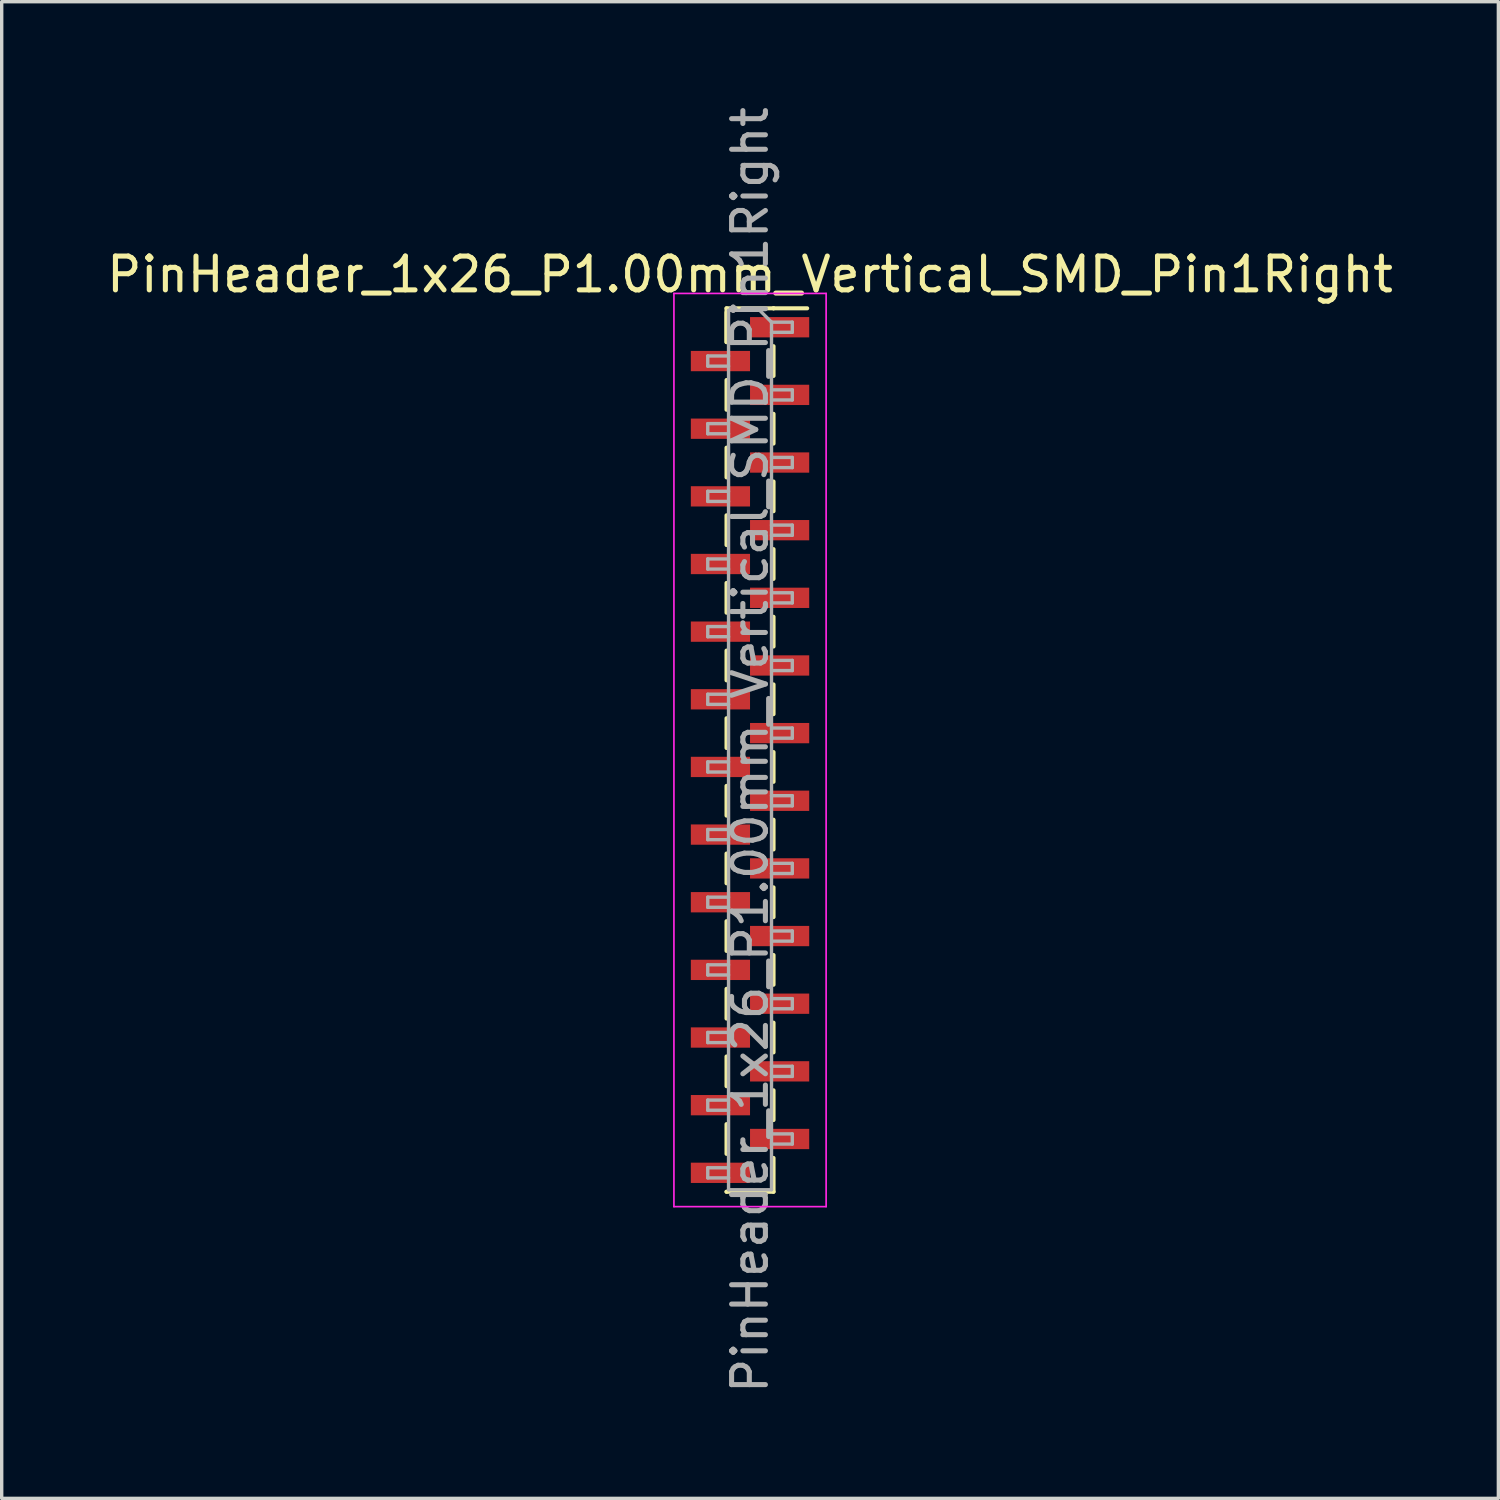
<source format=kicad_pcb>
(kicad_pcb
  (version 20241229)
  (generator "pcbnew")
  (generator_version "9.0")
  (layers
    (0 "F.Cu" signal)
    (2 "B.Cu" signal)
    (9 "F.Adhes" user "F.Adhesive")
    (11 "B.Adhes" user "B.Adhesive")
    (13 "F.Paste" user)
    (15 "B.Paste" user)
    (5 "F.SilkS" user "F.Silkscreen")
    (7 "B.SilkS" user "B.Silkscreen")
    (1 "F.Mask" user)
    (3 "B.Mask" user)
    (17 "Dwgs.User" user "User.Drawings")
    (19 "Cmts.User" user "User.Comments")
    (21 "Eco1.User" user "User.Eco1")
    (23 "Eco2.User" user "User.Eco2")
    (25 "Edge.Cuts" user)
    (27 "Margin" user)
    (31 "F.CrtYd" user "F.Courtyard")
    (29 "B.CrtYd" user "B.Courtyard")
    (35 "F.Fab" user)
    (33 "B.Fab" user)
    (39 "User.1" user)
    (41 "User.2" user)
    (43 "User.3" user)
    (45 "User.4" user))
  (footprint "PinHeader_1x26_P1.00mm_Vertical_SMD_Pin1Right"
    (layer "F.Cu")
    (at 19.125 19.125)
    (property "Reference" "PinHeader_1x26_P1.00mm_Vertical_SMD_Pin1Right" (at 0 -14.06 0) (layer "F.SilkS") (effects (font (size 1 1) (thickness 0.15))))
    (attr smd)
    (fp_line (start -0.695 -13.06) (end -0.695 -12.06) (stroke (width 0.12) (type solid)) (layer "F.SilkS"))
    (fp_line (start -0.695 -13.06) (end 0.695 -13.06) (stroke (width 0.12) (type solid)) (layer "F.SilkS"))
    (fp_line (start -0.695 -12.94) (end -0.695 -12.06) (stroke (width 0.12) (type solid)) (layer "F.SilkS"))
    (fp_line (start -0.695 -10.94) (end -0.695 -10.06) (stroke (width 0.12) (type solid)) (layer "F.SilkS"))
    (fp_line (start -0.695 -8.94) (end -0.695 -8.06) (stroke (width 0.12) (type solid)) (layer "F.SilkS"))
    (fp_line (start -0.695 -6.94) (end -0.695 -6.06) (stroke (width 0.12) (type solid)) (layer "F.SilkS"))
    (fp_line (start -0.695 -4.94) (end -0.695 -4.06) (stroke (width 0.12) (type solid)) (layer "F.SilkS"))
    (fp_line (start -0.695 -2.94) (end -0.695 -2.06) (stroke (width 0.12) (type solid)) (layer "F.SilkS"))
    (fp_line (start -0.695 -0.94) (end -0.695 -0.06) (stroke (width 0.12) (type solid)) (layer "F.SilkS"))
    (fp_line (start -0.695 1.06) (end -0.695 1.94) (stroke (width 0.12) (type solid)) (layer "F.SilkS"))
    (fp_line (start -0.695 3.06) (end -0.695 3.94) (stroke (width 0.12) (type solid)) (layer "F.SilkS"))
    (fp_line (start -0.695 5.06) (end -0.695 5.94) (stroke (width 0.12) (type solid)) (layer "F.SilkS"))
    (fp_line (start -0.695 7.06) (end -0.695 7.94) (stroke (width 0.12) (type solid)) (layer "F.SilkS"))
    (fp_line (start -0.695 9.06) (end -0.695 9.94) (stroke (width 0.12) (type solid)) (layer "F.SilkS"))
    (fp_line (start -0.695 11.06) (end -0.695 11.94) (stroke (width 0.12) (type solid)) (layer "F.SilkS"))
    (fp_line (start -0.695 13.06) (end -0.695 13.06) (stroke (width 0.12) (type solid)) (layer "F.SilkS"))
    (fp_line (start -0.695 13.06) (end 0.695 13.06) (stroke (width 0.12) (type solid)) (layer "F.SilkS"))
    (fp_line (start 0.695 -13.06) (end 0.695 -13.06) (stroke (width 0.12) (type solid)) (layer "F.SilkS"))
    (fp_line (start 0.695 -13.06) (end 1.69 -13.06) (stroke (width 0.12) (type solid)) (layer "F.SilkS"))
    (fp_line (start 0.695 -11.94) (end 0.695 -11.06) (stroke (width 0.12) (type solid)) (layer "F.SilkS"))
    (fp_line (start 0.695 -9.94) (end 0.695 -9.06) (stroke (width 0.12) (type solid)) (layer "F.SilkS"))
    (fp_line (start 0.695 -7.94) (end 0.695 -7.06) (stroke (width 0.12) (type solid)) (layer "F.SilkS"))
    (fp_line (start 0.695 -5.94) (end 0.695 -5.06) (stroke (width 0.12) (type solid)) (layer "F.SilkS"))
    (fp_line (start 0.695 -3.94) (end 0.695 -3.06) (stroke (width 0.12) (type solid)) (layer "F.SilkS"))
    (fp_line (start 0.695 -1.94) (end 0.695 -1.06) (stroke (width 0.12) (type solid)) (layer "F.SilkS"))
    (fp_line (start 0.695 0.06) (end 0.695 0.94) (stroke (width 0.12) (type solid)) (layer "F.SilkS"))
    (fp_line (start 0.695 2.06) (end 0.695 2.94) (stroke (width 0.12) (type solid)) (layer "F.SilkS"))
    (fp_line (start 0.695 4.06) (end 0.695 4.94) (stroke (width 0.12) (type solid)) (layer "F.SilkS"))
    (fp_line (start 0.695 6.06) (end 0.695 6.94) (stroke (width 0.12) (type solid)) (layer "F.SilkS"))
    (fp_line (start 0.695 8.06) (end 0.695 8.94) (stroke (width 0.12) (type solid)) (layer "F.SilkS"))
    (fp_line (start 0.695 10.06) (end 0.695 10.94) (stroke (width 0.12) (type solid)) (layer "F.SilkS"))
    (fp_line (start 0.695 12.06) (end 0.695 13.06) (stroke (width 0.12) (type solid)) (layer "F.SilkS"))
    (fp_line (start -2.25 -13.5) (end -2.25 13.5) (stroke (width 0.05) (type solid)) (layer "F.CrtYd"))
    (fp_line (start -2.25 13.5) (end 2.25 13.5) (stroke (width 0.05) (type solid)) (layer "F.CrtYd"))
    (fp_line (start 2.25 -13.5) (end -2.25 -13.5) (stroke (width 0.05) (type solid)) (layer "F.CrtYd"))
    (fp_line (start 2.25 13.5) (end 2.25 -13.5) (stroke (width 0.05) (type solid)) (layer "F.CrtYd"))
    (fp_line (start -1.25 -11.65) (end -1.25 -11.35) (stroke (width 0.1) (type solid)) (layer "F.Fab"))
    (fp_line (start -1.25 -11.35) (end -0.635 -11.35) (stroke (width 0.1) (type solid)) (layer "F.Fab"))
    (fp_line (start -1.25 -9.65) (end -1.25 -9.35) (stroke (width 0.1) (type solid)) (layer "F.Fab"))
    (fp_line (start -1.25 -9.35) (end -0.635 -9.35) (stroke (width 0.1) (type solid)) (layer "F.Fab"))
    (fp_line (start -1.25 -7.65) (end -1.25 -7.35) (stroke (width 0.1) (type solid)) (layer "F.Fab"))
    (fp_line (start -1.25 -7.35) (end -0.635 -7.35) (stroke (width 0.1) (type solid)) (layer "F.Fab"))
    (fp_line (start -1.25 -5.65) (end -1.25 -5.35) (stroke (width 0.1) (type solid)) (layer "F.Fab"))
    (fp_line (start -1.25 -5.35) (end -0.635 -5.35) (stroke (width 0.1) (type solid)) (layer "F.Fab"))
    (fp_line (start -1.25 -3.65) (end -1.25 -3.35) (stroke (width 0.1) (type solid)) (layer "F.Fab"))
    (fp_line (start -1.25 -3.35) (end -0.635 -3.35) (stroke (width 0.1) (type solid)) (layer "F.Fab"))
    (fp_line (start -1.25 -1.65) (end -1.25 -1.35) (stroke (width 0.1) (type solid)) (layer "F.Fab"))
    (fp_line (start -1.25 -1.35) (end -0.635 -1.35) (stroke (width 0.1) (type solid)) (layer "F.Fab"))
    (fp_line (start -1.25 0.35) (end -1.25 0.65) (stroke (width 0.1) (type solid)) (layer "F.Fab"))
    (fp_line (start -1.25 0.65) (end -0.635 0.65) (stroke (width 0.1) (type solid)) (layer "F.Fab"))
    (fp_line (start -1.25 2.35) (end -1.25 2.65) (stroke (width 0.1) (type solid)) (layer "F.Fab"))
    (fp_line (start -1.25 2.65) (end -0.635 2.65) (stroke (width 0.1) (type solid)) (layer "F.Fab"))
    (fp_line (start -1.25 4.35) (end -1.25 4.65) (stroke (width 0.1) (type solid)) (layer "F.Fab"))
    (fp_line (start -1.25 4.65) (end -0.635 4.65) (stroke (width 0.1) (type solid)) (layer "F.Fab"))
    (fp_line (start -1.25 6.35) (end -1.25 6.65) (stroke (width 0.1) (type solid)) (layer "F.Fab"))
    (fp_line (start -1.25 6.65) (end -0.635 6.65) (stroke (width 0.1) (type solid)) (layer "F.Fab"))
    (fp_line (start -1.25 8.35) (end -1.25 8.65) (stroke (width 0.1) (type solid)) (layer "F.Fab"))
    (fp_line (start -1.25 8.65) (end -0.635 8.65) (stroke (width 0.1) (type solid)) (layer "F.Fab"))
    (fp_line (start -1.25 10.35) (end -1.25 10.65) (stroke (width 0.1) (type solid)) (layer "F.Fab"))
    (fp_line (start -1.25 10.65) (end -0.635 10.65) (stroke (width 0.1) (type solid)) (layer "F.Fab"))
    (fp_line (start -1.25 12.35) (end -1.25 12.65) (stroke (width 0.1) (type solid)) (layer "F.Fab"))
    (fp_line (start -1.25 12.65) (end -0.635 12.65) (stroke (width 0.1) (type solid)) (layer "F.Fab"))
    (fp_line (start -0.635 -13) (end -0.635 13) (stroke (width 0.1) (type solid)) (layer "F.Fab"))
    (fp_line (start -0.635 -13) (end 0.285 -13) (stroke (width 0.1) (type solid)) (layer "F.Fab"))
    (fp_line (start -0.635 -11.65) (end -1.25 -11.65) (stroke (width 0.1) (type solid)) (layer "F.Fab"))
    (fp_line (start -0.635 -9.65) (end -1.25 -9.65) (stroke (width 0.1) (type solid)) (layer "F.Fab"))
    (fp_line (start -0.635 -7.65) (end -1.25 -7.65) (stroke (width 0.1) (type solid)) (layer "F.Fab"))
    (fp_line (start -0.635 -5.65) (end -1.25 -5.65) (stroke (width 0.1) (type solid)) (layer "F.Fab"))
    (fp_line (start -0.635 -3.65) (end -1.25 -3.65) (stroke (width 0.1) (type solid)) (layer "F.Fab"))
    (fp_line (start -0.635 -1.65) (end -1.25 -1.65) (stroke (width 0.1) (type solid)) (layer "F.Fab"))
    (fp_line (start -0.635 0.35) (end -1.25 0.35) (stroke (width 0.1) (type solid)) (layer "F.Fab"))
    (fp_line (start -0.635 2.35) (end -1.25 2.35) (stroke (width 0.1) (type solid)) (layer "F.Fab"))
    (fp_line (start -0.635 4.35) (end -1.25 4.35) (stroke (width 0.1) (type solid)) (layer "F.Fab"))
    (fp_line (start -0.635 6.35) (end -1.25 6.35) (stroke (width 0.1) (type solid)) (layer "F.Fab"))
    (fp_line (start -0.635 8.35) (end -1.25 8.35) (stroke (width 0.1) (type solid)) (layer "F.Fab"))
    (fp_line (start -0.635 10.35) (end -1.25 10.35) (stroke (width 0.1) (type solid)) (layer "F.Fab"))
    (fp_line (start -0.635 12.35) (end -1.25 12.35) (stroke (width 0.1) (type solid)) (layer "F.Fab"))
    (fp_line (start 0.635 -12.65) (end 0.285 -13) (stroke (width 0.1) (type solid)) (layer "F.Fab"))
    (fp_line (start 0.635 -12.65) (end 1.25 -12.65) (stroke (width 0.1) (type solid)) (layer "F.Fab"))
    (fp_line (start 0.635 -10.65) (end 1.25 -10.65) (stroke (width 0.1) (type solid)) (layer "F.Fab"))
    (fp_line (start 0.635 -8.65) (end 1.25 -8.65) (stroke (width 0.1) (type solid)) (layer "F.Fab"))
    (fp_line (start 0.635 -6.65) (end 1.25 -6.65) (stroke (width 0.1) (type solid)) (layer "F.Fab"))
    (fp_line (start 0.635 -4.65) (end 1.25 -4.65) (stroke (width 0.1) (type solid)) (layer "F.Fab"))
    (fp_line (start 0.635 -2.65) (end 1.25 -2.65) (stroke (width 0.1) (type solid)) (layer "F.Fab"))
    (fp_line (start 0.635 -0.65) (end 1.25 -0.65) (stroke (width 0.1) (type solid)) (layer "F.Fab"))
    (fp_line (start 0.635 1.35) (end 1.25 1.35) (stroke (width 0.1) (type solid)) (layer "F.Fab"))
    (fp_line (start 0.635 3.35) (end 1.25 3.35) (stroke (width 0.1) (type solid)) (layer "F.Fab"))
    (fp_line (start 0.635 5.35) (end 1.25 5.35) (stroke (width 0.1) (type solid)) (layer "F.Fab"))
    (fp_line (start 0.635 7.35) (end 1.25 7.35) (stroke (width 0.1) (type solid)) (layer "F.Fab"))
    (fp_line (start 0.635 9.35) (end 1.25 9.35) (stroke (width 0.1) (type solid)) (layer "F.Fab"))
    (fp_line (start 0.635 11.35) (end 1.25 11.35) (stroke (width 0.1) (type solid)) (layer "F.Fab"))
    (fp_line (start 0.635 13) (end -0.635 13) (stroke (width 0.1) (type solid)) (layer "F.Fab"))
    (fp_line (start 0.635 13) (end 0.635 -12.65) (stroke (width 0.1) (type solid)) (layer "F.Fab"))
    (fp_line (start 1.25 -12.65) (end 1.25 -12.35) (stroke (width 0.1) (type solid)) (layer "F.Fab"))
    (fp_line (start 1.25 -12.35) (end 0.635 -12.35) (stroke (width 0.1) (type solid)) (layer "F.Fab"))
    (fp_line (start 1.25 -10.65) (end 1.25 -10.35) (stroke (width 0.1) (type solid)) (layer "F.Fab"))
    (fp_line (start 1.25 -10.35) (end 0.635 -10.35) (stroke (width 0.1) (type solid)) (layer "F.Fab"))
    (fp_line (start 1.25 -8.65) (end 1.25 -8.35) (stroke (width 0.1) (type solid)) (layer "F.Fab"))
    (fp_line (start 1.25 -8.35) (end 0.635 -8.35) (stroke (width 0.1) (type solid)) (layer "F.Fab"))
    (fp_line (start 1.25 -6.65) (end 1.25 -6.35) (stroke (width 0.1) (type solid)) (layer "F.Fab"))
    (fp_line (start 1.25 -6.35) (end 0.635 -6.35) (stroke (width 0.1) (type solid)) (layer "F.Fab"))
    (fp_line (start 1.25 -4.65) (end 1.25 -4.35) (stroke (width 0.1) (type solid)) (layer "F.Fab"))
    (fp_line (start 1.25 -4.35) (end 0.635 -4.35) (stroke (width 0.1) (type solid)) (layer "F.Fab"))
    (fp_line (start 1.25 -2.65) (end 1.25 -2.35) (stroke (width 0.1) (type solid)) (layer "F.Fab"))
    (fp_line (start 1.25 -2.35) (end 0.635 -2.35) (stroke (width 0.1) (type solid)) (layer "F.Fab"))
    (fp_line (start 1.25 -0.65) (end 1.25 -0.35) (stroke (width 0.1) (type solid)) (layer "F.Fab"))
    (fp_line (start 1.25 -0.35) (end 0.635 -0.35) (stroke (width 0.1) (type solid)) (layer "F.Fab"))
    (fp_line (start 1.25 1.35) (end 1.25 1.65) (stroke (width 0.1) (type solid)) (layer "F.Fab"))
    (fp_line (start 1.25 1.65) (end 0.635 1.65) (stroke (width 0.1) (type solid)) (layer "F.Fab"))
    (fp_line (start 1.25 3.35) (end 1.25 3.65) (stroke (width 0.1) (type solid)) (layer "F.Fab"))
    (fp_line (start 1.25 3.65) (end 0.635 3.65) (stroke (width 0.1) (type solid)) (layer "F.Fab"))
    (fp_line (start 1.25 5.35) (end 1.25 5.65) (stroke (width 0.1) (type solid)) (layer "F.Fab"))
    (fp_line (start 1.25 5.65) (end 0.635 5.65) (stroke (width 0.1) (type solid)) (layer "F.Fab"))
    (fp_line (start 1.25 7.35) (end 1.25 7.65) (stroke (width 0.1) (type solid)) (layer "F.Fab"))
    (fp_line (start 1.25 7.65) (end 0.635 7.65) (stroke (width 0.1) (type solid)) (layer "F.Fab"))
    (fp_line (start 1.25 9.35) (end 1.25 9.65) (stroke (width 0.1) (type solid)) (layer "F.Fab"))
    (fp_line (start 1.25 9.65) (end 0.635 9.65) (stroke (width 0.1) (type solid)) (layer "F.Fab"))
    (fp_line (start 1.25 11.35) (end 1.25 11.65) (stroke (width 0.1) (type solid)) (layer "F.Fab"))
    (fp_line (start 1.25 11.65) (end 0.635 11.65) (stroke (width 0.1) (type solid)) (layer "F.Fab"))
    (fp_text user "${REFERENCE}" (at 0 0 90) (layer "F.Fab") (effects (font (size 1 1) (thickness 0.15))))
    (pad "1" smd rect (at 0.875 -12.5) (size 1.75 0.6) (layers "F.Cu" "F.Mask" "F.Paste"))
    (pad "2" smd rect (at -0.875 -11.5) (size 1.75 0.6) (layers "F.Cu" "F.Mask" "F.Paste"))
    (pad "3" smd rect (at 0.875 -10.5) (size 1.75 0.6) (layers "F.Cu" "F.Mask" "F.Paste"))
    (pad "4" smd rect (at -0.875 -9.5) (size 1.75 0.6) (layers "F.Cu" "F.Mask" "F.Paste"))
    (pad "5" smd rect (at 0.875 -8.5) (size 1.75 0.6) (layers "F.Cu" "F.Mask" "F.Paste"))
    (pad "6" smd rect (at -0.875 -7.5) (size 1.75 0.6) (layers "F.Cu" "F.Mask" "F.Paste"))
    (pad "7" smd rect (at 0.875 -6.5) (size 1.75 0.6) (layers "F.Cu" "F.Mask" "F.Paste"))
    (pad "8" smd rect (at -0.875 -5.5) (size 1.75 0.6) (layers "F.Cu" "F.Mask" "F.Paste"))
    (pad "9" smd rect (at 0.875 -4.5) (size 1.75 0.6) (layers "F.Cu" "F.Mask" "F.Paste"))
    (pad "10" smd rect (at -0.875 -3.5) (size 1.75 0.6) (layers "F.Cu" "F.Mask" "F.Paste"))
    (pad "11" smd rect (at 0.875 -2.5) (size 1.75 0.6) (layers "F.Cu" "F.Mask" "F.Paste"))
    (pad "12" smd rect (at -0.875 -1.5) (size 1.75 0.6) (layers "F.Cu" "F.Mask" "F.Paste"))
    (pad "13" smd rect (at 0.875 -0.5) (size 1.75 0.6) (layers "F.Cu" "F.Mask" "F.Paste"))
    (pad "14" smd rect (at -0.875 0.5) (size 1.75 0.6) (layers "F.Cu" "F.Mask" "F.Paste"))
    (pad "15" smd rect (at 0.875 1.5) (size 1.75 0.6) (layers "F.Cu" "F.Mask" "F.Paste"))
    (pad "16" smd rect (at -0.875 2.5) (size 1.75 0.6) (layers "F.Cu" "F.Mask" "F.Paste"))
    (pad "17" smd rect (at 0.875 3.5) (size 1.75 0.6) (layers "F.Cu" "F.Mask" "F.Paste"))
    (pad "18" smd rect (at -0.875 4.5) (size 1.75 0.6) (layers "F.Cu" "F.Mask" "F.Paste"))
    (pad "19" smd rect (at 0.875 5.5) (size 1.75 0.6) (layers "F.Cu" "F.Mask" "F.Paste"))
    (pad "20" smd rect (at -0.875 6.5) (size 1.75 0.6) (layers "F.Cu" "F.Mask" "F.Paste"))
    (pad "21" smd rect (at 0.875 7.5) (size 1.75 0.6) (layers "F.Cu" "F.Mask" "F.Paste"))
    (pad "22" smd rect (at -0.875 8.5) (size 1.75 0.6) (layers "F.Cu" "F.Mask" "F.Paste"))
    (pad "23" smd rect (at 0.875 9.5) (size 1.75 0.6) (layers "F.Cu" "F.Mask" "F.Paste"))
    (pad "24" smd rect (at -0.875 10.5) (size 1.75 0.6) (layers "F.Cu" "F.Mask" "F.Paste"))
    (pad "25" smd rect (at 0.875 11.5) (size 1.75 0.6) (layers "F.Cu" "F.Mask" "F.Paste"))
    (pad "26" smd rect (at -0.875 12.5) (size 1.75 0.6) (layers "F.Cu" "F.Mask" "F.Paste")))
  (gr_rect
    (start -3 -3)
    (end 41.25 41.25)
    (stroke (width 0.1) (type default))
    (fill no)
    (layer "Edge.Cuts")))
</source>
